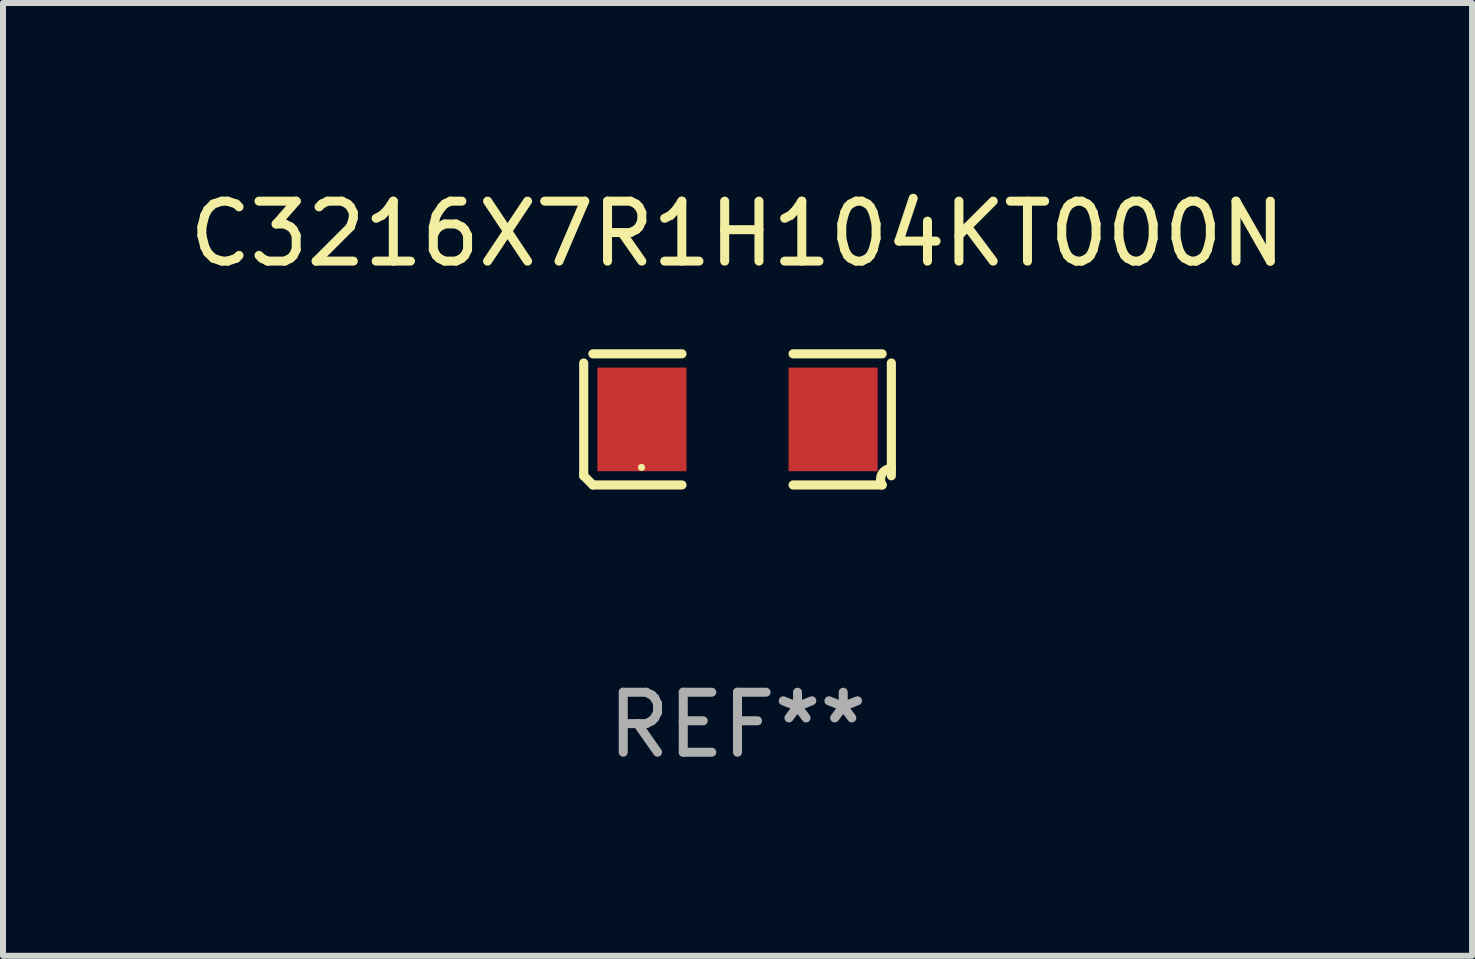
<source format=kicad_pcb>
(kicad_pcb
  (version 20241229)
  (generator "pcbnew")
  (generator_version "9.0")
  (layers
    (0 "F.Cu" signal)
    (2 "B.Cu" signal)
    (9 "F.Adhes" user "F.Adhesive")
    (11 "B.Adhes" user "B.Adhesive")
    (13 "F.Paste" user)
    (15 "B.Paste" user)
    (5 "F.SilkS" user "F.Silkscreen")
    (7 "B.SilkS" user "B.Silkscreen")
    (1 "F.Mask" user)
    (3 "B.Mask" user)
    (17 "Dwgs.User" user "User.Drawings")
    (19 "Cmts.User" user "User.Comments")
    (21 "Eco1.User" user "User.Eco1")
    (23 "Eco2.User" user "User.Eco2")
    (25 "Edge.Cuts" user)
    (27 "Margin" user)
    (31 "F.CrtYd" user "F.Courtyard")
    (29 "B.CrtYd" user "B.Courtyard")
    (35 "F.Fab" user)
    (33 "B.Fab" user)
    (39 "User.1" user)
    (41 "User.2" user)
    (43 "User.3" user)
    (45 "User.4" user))
  (footprint "C3216X7R1H104KT000N"
    (layer "F.Cu")
    (at 9.244 3.941)
    (property "Reference" "C3216X7R1H104KT000N" (at 0 -3.093 0) (layer "F.SilkS") (effects (font (size 1 1) (thickness 0.15))))
    (attr through_hole)
    (fp_line (start -2.564 0.94) (end -2.564 -0.94) (stroke (width 0.152) (type solid)) (layer "F.SilkS"))
    (fp_line (start -2.411 -1.093) (end -0.926 -1.093) (stroke (width 0.152) (type solid)) (layer "F.SilkS"))
    (fp_line (start -0.926 1.093) (end -2.411 1.093) (stroke (width 0.152) (type solid)) (layer "F.SilkS"))
    (fp_line (start 0.926 1.093) (end 2.411 1.093) (stroke (width 0.152) (type solid)) (layer "F.SilkS"))
    (fp_line (start 2.411 -1.093) (end 0.926 -1.093) (stroke (width 0.152) (type solid)) (layer "F.SilkS"))
    (fp_line (start 2.564 0.94) (end 2.564 -0.94) (stroke (width 0.152) (type solid)) (layer "F.SilkS"))
    (fp_arc (start -2.411201 1.092609) (mid -2.487413 1.01642) (end -2.563602 0.940208) (stroke (width 0.1524) (type solid)) (layer "F.SilkS"))
    (fp_arc (start 2.411201 1.092609) (mid 2.407159 0.911226) (end 2.563602 0.819347) (stroke (width 0.1524) (type solid)) (layer "F.SilkS"))
    (fp_circle (center -1.6 0.8) (end -1.57 0.8) (stroke (width 0.06) (type solid)) (fill no) (layer "F.SilkS"))
    (fp_text user "REF**" (at 0 5.093 0) (layer "F.Fab") (effects (font (size 1 1) (thickness 0.15))))
    (pad "1" smd rect (at -1.593 0) (size 1.485 1.728) (layers "F.Cu" "F.Mask" "F.Paste"))
    (pad "2" smd rect (at 1.593 0) (size 1.485 1.728) (layers "F.Cu" "F.Mask" "F.Paste")))
  (gr_rect
    (start -3 -3)
    (end 21.488 12.882)
    (stroke (width 0.1) (type default))
    (fill no)
    (layer "Edge.Cuts")))
</source>
